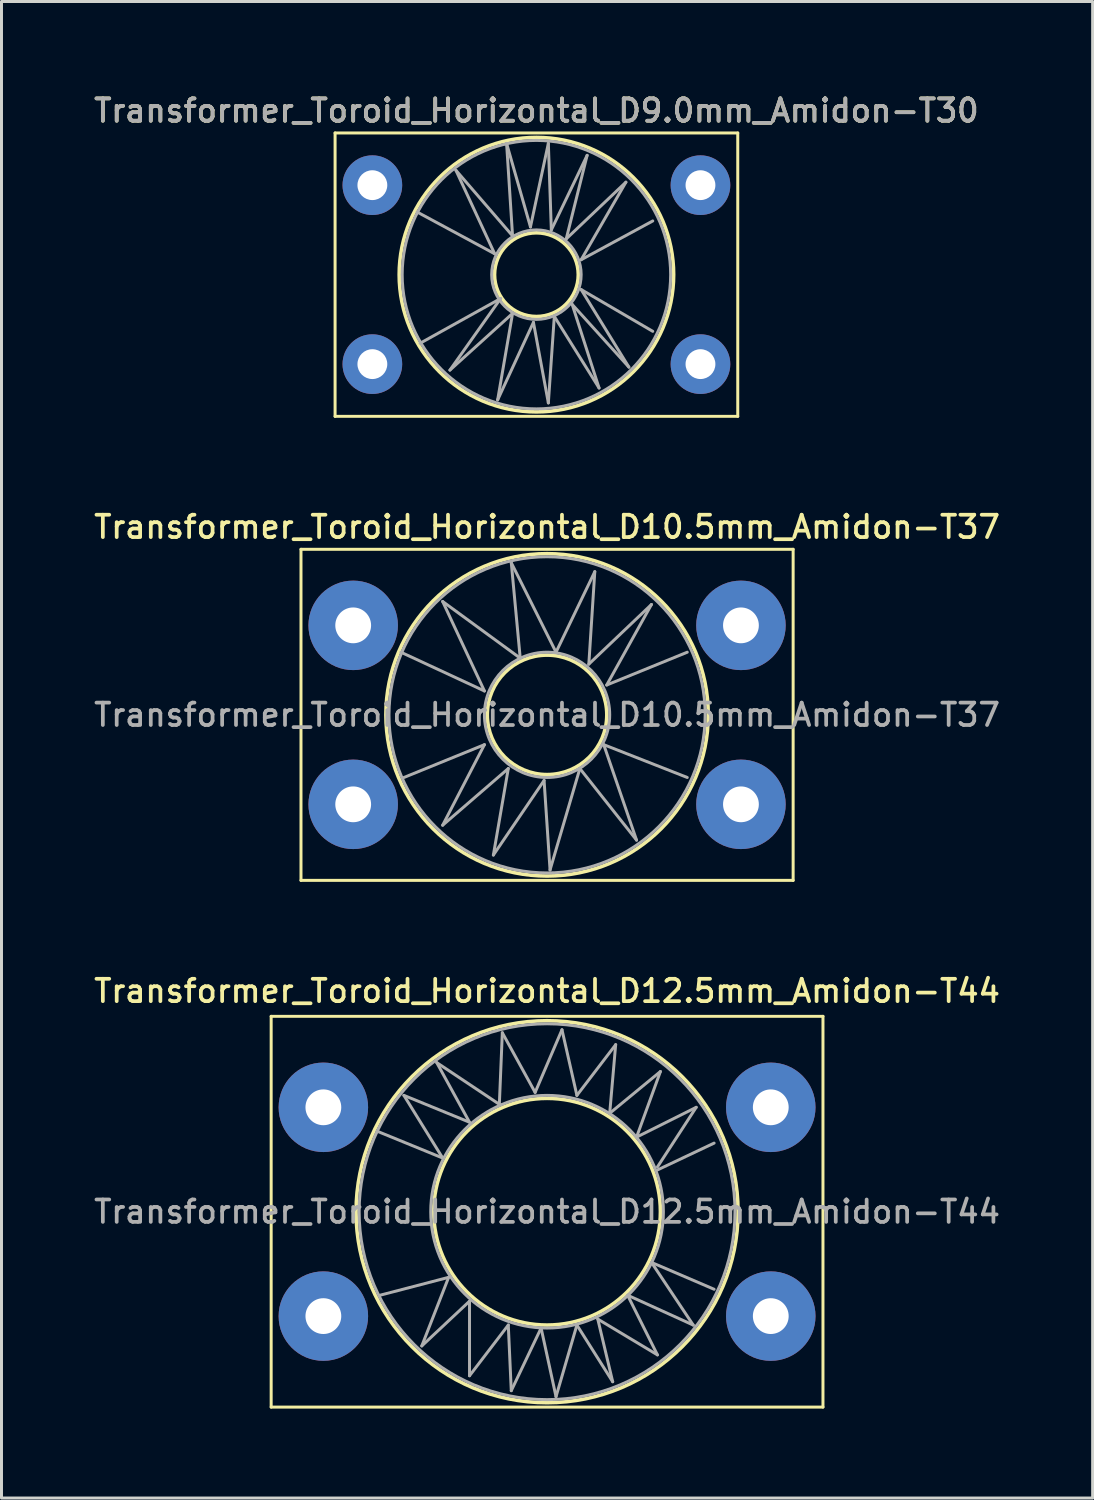
<source format=kicad_pcb>
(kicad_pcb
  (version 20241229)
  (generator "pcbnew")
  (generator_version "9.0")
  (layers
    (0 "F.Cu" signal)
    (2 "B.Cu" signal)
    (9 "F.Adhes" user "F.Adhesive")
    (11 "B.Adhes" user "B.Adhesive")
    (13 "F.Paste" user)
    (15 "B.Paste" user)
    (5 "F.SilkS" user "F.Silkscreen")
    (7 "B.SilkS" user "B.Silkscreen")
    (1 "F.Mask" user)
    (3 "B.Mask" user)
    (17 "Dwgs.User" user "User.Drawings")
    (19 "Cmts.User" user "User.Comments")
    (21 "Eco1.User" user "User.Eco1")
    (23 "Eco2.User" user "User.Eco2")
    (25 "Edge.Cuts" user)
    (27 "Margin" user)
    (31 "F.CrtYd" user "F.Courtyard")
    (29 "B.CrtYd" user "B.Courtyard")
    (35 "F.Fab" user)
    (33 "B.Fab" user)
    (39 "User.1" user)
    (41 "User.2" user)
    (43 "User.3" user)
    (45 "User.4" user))
  (footprint "Transformer_Toroid_Horizontal_D9.0mm_Amidon-T30"
    (layer "F.Cu")
    (at 9.434 9.158)
    (property "Reference" "Transformer_Toroid_Horizontal_D9.0mm_Amidon-T30" (at 5.5 -8.5 0) (layer "F.SilkS") (effects (font (size 0.75 0.75) (thickness 0.125))))
    (attr through_hole)
    (fp_line (start -1.25 -7.75) (end -1.25 1.75) (stroke (width 0.1) (type solid)) (layer "F.SilkS"))
    (fp_line (start -1.25 -7.75) (end 12.25 -7.75) (stroke (width 0.1) (type solid)) (layer "F.SilkS"))
    (fp_line (start 12.25 1.75) (end -1.25 1.75) (stroke (width 0.1) (type solid)) (layer "F.SilkS"))
    (fp_line (start 12.25 1.75) (end 12.25 -7.75) (stroke (width 0.1) (type solid)) (layer "F.SilkS"))
    (fp_circle (center 5.5 -3) (end 6.9 -3.1) (stroke (width 0.12) (type solid)) (fill no) (layer "F.SilkS"))
    (fp_circle (center 5.5 -3) (end 10.1 -3.1) (stroke (width 0.12) (type solid)) (fill no) (layer "F.SilkS"))
    (fp_line (start 1.5 -5.1) (end 4.1 -3.7) (stroke (width 0.1) (type solid)) (layer "F.Fab"))
    (fp_line (start 1.6 -0.7) (end 4.3 -2.2) (stroke (width 0.1) (type solid)) (layer "F.Fab"))
    (fp_line (start 2.6 0.2) (end 4.7 -1.7) (stroke (width 0.1) (type solid)) (layer "F.Fab"))
    (fp_line (start 2.8 -6.5) (end 4.7 -4.3) (stroke (width 0.1) (type solid)) (layer "F.Fab"))
    (fp_line (start 4.1 -3.7) (end 2.8 -6.5) (stroke (width 0.1) (type solid)) (layer "F.Fab"))
    (fp_line (start 4.2 1.2) (end 5.4 -1.4) (stroke (width 0.1) (type solid)) (layer "F.Fab"))
    (fp_line (start 4.3 -2.2) (end 2.6 0.2) (stroke (width 0.1) (type solid)) (layer "F.Fab"))
    (fp_line (start 4.5 -7.4) (end 5.3 -4.6) (stroke (width 0.1) (type solid)) (layer "F.Fab"))
    (fp_line (start 4.7 -4.3) (end 4.5 -7.4) (stroke (width 0.1) (type solid)) (layer "F.Fab"))
    (fp_line (start 4.7 -1.7) (end 4.2 1.2) (stroke (width 0.1) (type solid)) (layer "F.Fab"))
    (fp_line (start 5.3 -4.6) (end 5.9 -7.4) (stroke (width 0.1) (type solid)) (layer "F.Fab"))
    (fp_line (start 5.4 -1.4) (end 5.9 1.3) (stroke (width 0.1) (type solid)) (layer "F.Fab"))
    (fp_line (start 5.9 -7.4) (end 6 -4.5) (stroke (width 0.1) (type solid)) (layer "F.Fab"))
    (fp_line (start 5.9 1.3) (end 6.1 -1.6) (stroke (width 0.1) (type solid)) (layer "F.Fab"))
    (fp_line (start 6 -4.5) (end 7.2 -7) (stroke (width 0.1) (type solid)) (layer "F.Fab"))
    (fp_line (start 6.1 -1.6) (end 7.6 0.8) (stroke (width 0.1) (type solid)) (layer "F.Fab"))
    (fp_line (start 6.5 -4.2) (end 8.5 -6.1) (stroke (width 0.1) (type solid)) (layer "F.Fab"))
    (fp_line (start 6.7 -2) (end 8.6 0.1) (stroke (width 0.1) (type solid)) (layer "F.Fab"))
    (fp_line (start 7 -3.5) (end 9.4 -4.8) (stroke (width 0.1) (type solid)) (layer "F.Fab"))
    (fp_line (start 7 -2.5) (end 9.4 -1.1) (stroke (width 0.1) (type solid)) (layer "F.Fab"))
    (fp_line (start 7.2 -7) (end 6.5 -4.2) (stroke (width 0.1) (type solid)) (layer "F.Fab"))
    (fp_line (start 7.6 0.8) (end 6.7 -2) (stroke (width 0.1) (type solid)) (layer "F.Fab"))
    (fp_line (start 8.5 -6.1) (end 7 -3.5) (stroke (width 0.1) (type solid)) (layer "F.Fab"))
    (fp_line (start 8.6 0.1) (end 7 -2.5) (stroke (width 0.1) (type solid)) (layer "F.Fab"))
    (fp_circle (center 5.5 -3) (end 7 -3) (stroke (width 0.1) (type solid)) (fill no) (layer "F.Fab"))
    (fp_circle (center 5.5 -3) (end 10 -3) (stroke (width 0.1) (type solid)) (fill no) (layer "F.Fab"))
    (fp_text user "${REFERENCE}" (at 5.5 -8.5 0) (layer "F.Fab") (effects (font (size 0.75 0.75) (thickness 0.125))))
    (pad "1" thru_hole circle (at 0 0) (size 2 2) (drill 1) (layers "*.Cu" "*.Mask"))
    (pad "2" thru_hole circle (at 11 0) (size 2 2) (drill 1) (layers "*.Cu" "*.Mask"))
    (pad "3" thru_hole circle (at 0 -6) (size 2 2) (drill 1) (layers "*.Cu" "*.Mask"))
    (pad "4" thru_hole circle (at 11 -6) (size 2 2) (drill 1) (layers "*.Cu" "*.Mask")))
  (footprint "Transformer_Toroid_Horizontal_D12.5mm_Amidon-T44"
    (layer "F.Cu")
    (at 7.791 41.074)
    (property "Reference" "Transformer_Toroid_Horizontal_D12.5mm_Amidon-T44" (at 7.5 -10.9 0) (layer "F.SilkS") (effects (font (size 0.75 0.75) (thickness 0.125))))
    (attr through_hole)
    (fp_line (start -1.75 -10.05) (end -1.75 3.05) (stroke (width 0.1) (type solid)) (layer "F.SilkS"))
    (fp_line (start -1.75 -10.05) (end 16.75 -10.05) (stroke (width 0.1) (type solid)) (layer "F.SilkS"))
    (fp_line (start 16.75 3.05) (end -1.75 3.05) (stroke (width 0.1) (type solid)) (layer "F.SilkS"))
    (fp_line (start 16.75 3.05) (end 16.75 -10.05) (stroke (width 0.1) (type solid)) (layer "F.SilkS"))
    (fp_circle (center 7.5 -3.5) (end 11.3 -3.5) (stroke (width 0.12) (type solid)) (fill no) (layer "F.SilkS"))
    (fp_circle (center 7.5 -3.5) (end 13.9 -3.7) (stroke (width 0.12) (type solid)) (fill no) (layer "F.SilkS"))
    (fp_line (start 1.8 -6.2) (end 4 -5.3) (stroke (width 0.1) (type solid)) (layer "F.Fab"))
    (fp_line (start 1.9 -0.7) (end 4.2 -1.3) (stroke (width 0.1) (type solid)) (layer "F.Fab"))
    (fp_line (start 2.7 -7.4) (end 4.9 -6.5) (stroke (width 0.1) (type solid)) (layer "F.Fab"))
    (fp_line (start 3.3 1) (end 4.9 -0.5) (stroke (width 0.1) (type solid)) (layer "F.Fab"))
    (fp_line (start 3.8 -8.5) (end 5.9 -7.1) (stroke (width 0.1) (type solid)) (layer "F.Fab"))
    (fp_line (start 4 -5.3) (end 2.7 -7.4) (stroke (width 0.1) (type solid)) (layer "F.Fab"))
    (fp_line (start 4.2 -1.3) (end 3.3 1) (stroke (width 0.1) (type solid)) (layer "F.Fab"))
    (fp_line (start 4.9 -6.5) (end 3.8 -8.5) (stroke (width 0.1) (type solid)) (layer "F.Fab"))
    (fp_line (start 4.9 -0.5) (end 4.9 2) (stroke (width 0.1) (type solid)) (layer "F.Fab"))
    (fp_line (start 4.9 2) (end 6.2 0.3) (stroke (width 0.1) (type solid)) (layer "F.Fab"))
    (fp_line (start 5.9 -7.1) (end 6 -9.5) (stroke (width 0.1) (type solid)) (layer "F.Fab"))
    (fp_line (start 6 -9.5) (end 7.1 -7.5) (stroke (width 0.1) (type solid)) (layer "F.Fab"))
    (fp_line (start 6.2 0.3) (end 6.3 2.5) (stroke (width 0.1) (type solid)) (layer "F.Fab"))
    (fp_line (start 6.3 2.5) (end 7.3 0.4) (stroke (width 0.1) (type solid)) (layer "F.Fab"))
    (fp_line (start 7.1 -7.5) (end 8 -9.6) (stroke (width 0.1) (type solid)) (layer "F.Fab"))
    (fp_line (start 7.3 0.4) (end 7.8 2.7) (stroke (width 0.1) (type solid)) (layer "F.Fab"))
    (fp_line (start 7.8 2.7) (end 8.5 0.3) (stroke (width 0.1) (type solid)) (layer "F.Fab"))
    (fp_line (start 8 -9.6) (end 8.5 -7.4) (stroke (width 0.1) (type solid)) (layer "F.Fab"))
    (fp_line (start 8.5 -7.4) (end 9.8 -9.1) (stroke (width 0.1) (type solid)) (layer "F.Fab"))
    (fp_line (start 8.5 0.3) (end 9.7 2.2) (stroke (width 0.1) (type solid)) (layer "F.Fab"))
    (fp_line (start 9.2 0.1) (end 11.2 1.3) (stroke (width 0.1) (type solid)) (layer "F.Fab"))
    (fp_line (start 9.6 -6.8) (end 11.3 -8.2) (stroke (width 0.1) (type solid)) (layer "F.Fab"))
    (fp_line (start 9.7 2.2) (end 9.2 0.1) (stroke (width 0.1) (type solid)) (layer "F.Fab"))
    (fp_line (start 9.8 -9.1) (end 9.6 -6.8) (stroke (width 0.1) (type solid)) (layer "F.Fab"))
    (fp_line (start 10.2 -0.7) (end 12.4 0.3) (stroke (width 0.1) (type solid)) (layer "F.Fab"))
    (fp_line (start 10.5 -6) (end 12.5 -7) (stroke (width 0.1) (type solid)) (layer "F.Fab"))
    (fp_line (start 11 -1.8) (end 13.1 -0.9) (stroke (width 0.1) (type solid)) (layer "F.Fab"))
    (fp_line (start 11.2 -4.9) (end 13.1 -5.8) (stroke (width 0.1) (type solid)) (layer "F.Fab"))
    (fp_line (start 11.2 1.3) (end 10.2 -0.7) (stroke (width 0.1) (type solid)) (layer "F.Fab"))
    (fp_line (start 11.3 -8.2) (end 10.5 -6) (stroke (width 0.1) (type solid)) (layer "F.Fab"))
    (fp_line (start 12.4 0.3) (end 11 -1.8) (stroke (width 0.1) (type solid)) (layer "F.Fab"))
    (fp_line (start 12.5 -7) (end 11.2 -5) (stroke (width 0.1) (type solid)) (layer "F.Fab"))
    (fp_circle (center 7.5 -3.5) (end 11.4 -3.5) (stroke (width 0.1) (type solid)) (fill no) (layer "F.Fab"))
    (fp_circle (center 7.5 -3.5) (end 13.8 -3.5) (stroke (width 0.1) (type solid)) (fill no) (layer "F.Fab"))
    (fp_text user "${REFERENCE}" (at 7.5 -3.5 0) (layer "F.Fab") (effects (font (size 0.75 0.75) (thickness 0.125))))
    (pad "1" thru_hole circle (at 0 0) (size 3 3) (drill 1.2) (layers "*.Cu" "*.Mask"))
    (pad "2" thru_hole circle (at 15 0) (size 3 3) (drill 1.2) (layers "*.Cu" "*.Mask"))
    (pad "3" thru_hole circle (at 0 -7) (size 3 3) (drill 1.2) (layers "*.Cu" "*.Mask"))
    (pad "4" thru_hole circle (at 15 -7) (size 3 3) (drill 1.2) (layers "*.Cu" "*.Mask")))
  (footprint "Transformer_Toroid_Horizontal_D10.5mm_Amidon-T37"
    (layer "F.Cu")
    (at 8.791 23.916)
    (property "Reference" "Transformer_Toroid_Horizontal_D10.5mm_Amidon-T37" (at 6.5 -9.3 0) (layer "F.SilkS") (effects (font (size 0.75 0.75) (thickness 0.125))))
    (attr through_hole)
    (fp_line (start -1.75 -8.55) (end -1.75 2.55) (stroke (width 0.1) (type solid)) (layer "F.SilkS"))
    (fp_line (start -1.75 -8.55) (end 14.75 -8.55) (stroke (width 0.1) (type solid)) (layer "F.SilkS"))
    (fp_line (start 14.75 2.55) (end -1.75 2.55) (stroke (width 0.1) (type solid)) (layer "F.SilkS"))
    (fp_line (start 14.75 2.55) (end 14.75 -8.55) (stroke (width 0.1) (type solid)) (layer "F.SilkS"))
    (fp_circle (center 6.5 -3) (end 8.5 -2.9) (stroke (width 0.12) (type solid)) (fill no) (layer "F.SilkS"))
    (fp_circle (center 6.5 -3) (end 11.9 -2.8) (stroke (width 0.12) (type solid)) (fill no) (layer "F.SilkS"))
    (fp_line (start 1.6 -5.1) (end 4.4 -3.8) (stroke (width 0.1) (type solid)) (layer "F.Fab"))
    (fp_line (start 1.7 -0.9) (end 4.4 -2) (stroke (width 0.1) (type solid)) (layer "F.Fab"))
    (fp_line (start 3 -6.8) (end 5.6 -4.9) (stroke (width 0.1) (type solid)) (layer "F.Fab"))
    (fp_line (start 3 0.7) (end 5.2 -1.2) (stroke (width 0.1) (type solid)) (layer "F.Fab"))
    (fp_line (start 4.4 -3.8) (end 3 -6.8) (stroke (width 0.1) (type solid)) (layer "F.Fab"))
    (fp_line (start 4.4 -2) (end 3 0.7) (stroke (width 0.1) (type solid)) (layer "F.Fab"))
    (fp_line (start 4.7 1.7) (end 6.4 -0.8) (stroke (width 0.1) (type solid)) (layer "F.Fab"))
    (fp_line (start 5.2 -1.2) (end 4.7 1.7) (stroke (width 0.1) (type solid)) (layer "F.Fab"))
    (fp_line (start 5.3 -8.1) (end 6.8 -5.1) (stroke (width 0.1) (type solid)) (layer "F.Fab"))
    (fp_line (start 5.6 -4.9) (end 5.3 -8.1) (stroke (width 0.1) (type solid)) (layer "F.Fab"))
    (fp_line (start 6.4 -0.8) (end 6.6 2.2) (stroke (width 0.1) (type solid)) (layer "F.Fab"))
    (fp_line (start 6.6 2.2) (end 7.6 -1.2) (stroke (width 0.1) (type solid)) (layer "F.Fab"))
    (fp_line (start 6.8 -5.1) (end 8.1 -7.8) (stroke (width 0.1) (type solid)) (layer "F.Fab"))
    (fp_line (start 7.6 -1.2) (end 9.5 1.2) (stroke (width 0.1) (type solid)) (layer "F.Fab"))
    (fp_line (start 7.9 -4.7) (end 10 -6.7) (stroke (width 0.1) (type solid)) (layer "F.Fab"))
    (fp_line (start 8.1 -7.8) (end 7.9 -4.7) (stroke (width 0.1) (type solid)) (layer "F.Fab"))
    (fp_line (start 8.4 -2) (end 11.2 -0.9) (stroke (width 0.1) (type solid)) (layer "F.Fab"))
    (fp_line (start 8.5 -4) (end 11.2 -5.1) (stroke (width 0.1) (type solid)) (layer "F.Fab"))
    (fp_line (start 9.5 1.2) (end 8.4 -2) (stroke (width 0.1) (type solid)) (layer "F.Fab"))
    (fp_line (start 10 -6.7) (end 8.5 -4) (stroke (width 0.1) (type solid)) (layer "F.Fab"))
    (fp_circle (center 6.5 -3) (end 8.6 -3) (stroke (width 0.1) (type solid)) (fill no) (layer "F.Fab"))
    (fp_circle (center 6.5 -3) (end 11.8 -3) (stroke (width 0.1) (type solid)) (fill no) (layer "F.Fab"))
    (fp_text user "${REFERENCE}" (at 6.5 -3 0) (layer "F.Fab") (effects (font (size 0.75 0.75) (thickness 0.125))))
    (pad "1" thru_hole circle (at 0 0) (size 3 3) (drill 1.2) (layers "*.Cu" "*.Mask"))
    (pad "2" thru_hole circle (at 13 0) (size 3 3) (drill 1.2) (layers "*.Cu" "*.Mask"))
    (pad "3" thru_hole circle (at 0 -6) (size 3 3) (drill 1.2) (layers "*.Cu" "*.Mask"))
    (pad "4" thru_hole circle (at 13 -6) (size 3 3) (drill 1.2) (layers "*.Cu" "*.Mask")))
  (gr_rect
    (start -3 -3)
    (end 33.582 47.174)
    (stroke (width 0.1) (type default))
    (fill no)
    (layer "Edge.Cuts")))
</source>
